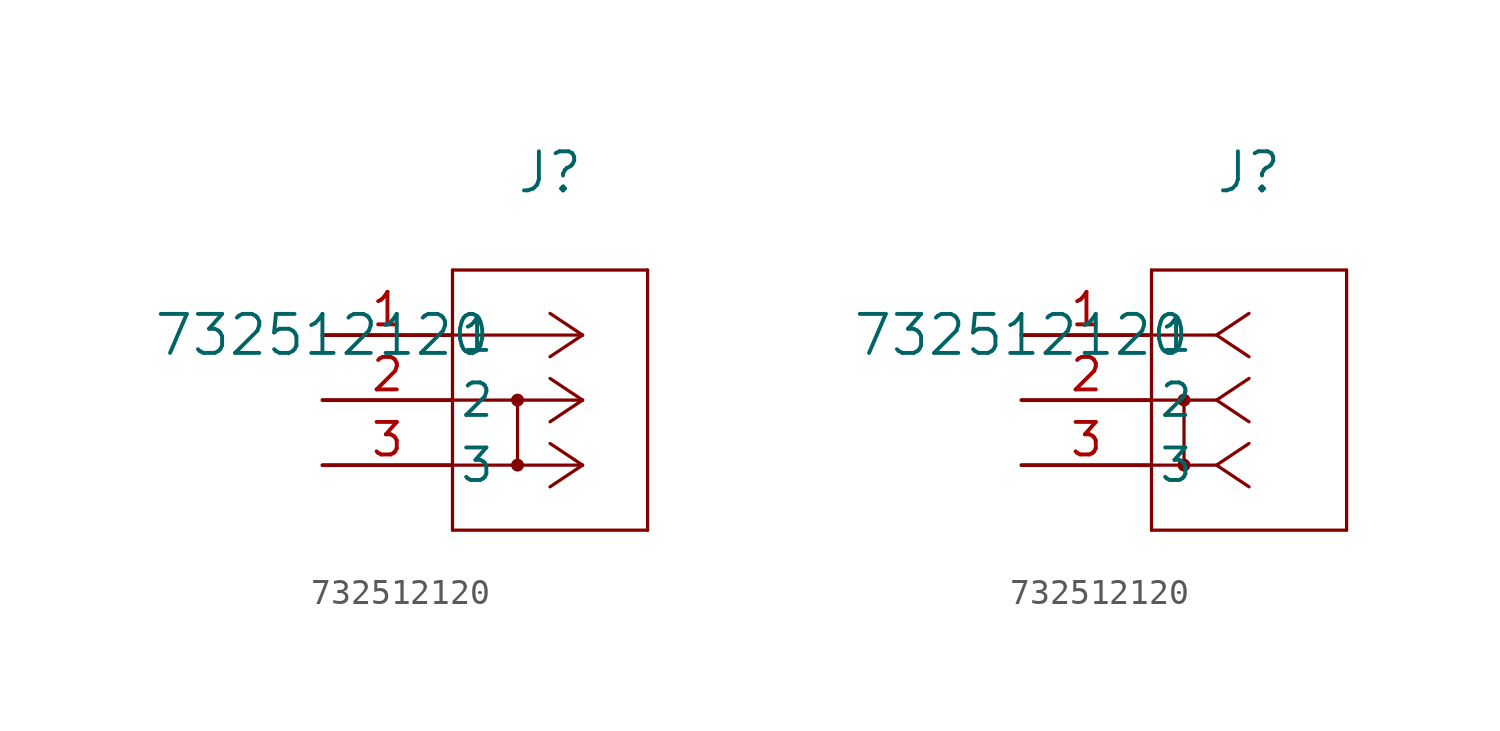
<source format=kicad_sym>
(kicad_symbol_lib
  (version 20211014)
  (generator kicad_symbol_editor)
  (symbol "732512120"
    (pin_names
      (offset 0.254))
    (property "Reference" "J"
      (at 8.89 6.35 0)
      (effects (font (size 1.524 1.524))))
    (property "Value" "732512120"
      (at 0 0 0)
      (effects (font (size 1.524 1.524))))
    (symbol "732512120_1_1"
      (polyline (pts (xy 10.16 0) (xy 5.08 0)) (stroke (width 0.127) (type default) (color 0 0 0 0)) (fill (type none)))
      (polyline (pts (xy 10.16 -2.54) (xy 5.08 -2.54)) (stroke (width 0.127) (type default) (color 0 0 0 0)) (fill (type none)))
      (polyline (pts (xy 10.16 -5.08) (xy 5.08 -5.08)) (stroke (width 0.127) (type default) (color 0 0 0 0)) (fill (type none)))
      (polyline (pts (xy 10.16 0) (xy 8.89 0.847)) (stroke (width 0.127) (type default) (color 0 0 0 0)) (fill (type none)))
      (polyline (pts (xy 10.16 -2.54) (xy 8.89 -1.693)) (stroke (width 0.127) (type default) (color 0 0 0 0)) (fill (type none)))
      (polyline (pts (xy 10.16 -5.08) (xy 8.89 -4.233)) (stroke (width 0.127) (type default) (color 0 0 0 0)) (fill (type none)))
      (polyline (pts (xy 10.16 0) (xy 8.89 -0.847)) (stroke (width 0.127) (type default) (color 0 0 0 0)) (fill (type none)))
      (polyline (pts (xy 10.16 -2.54) (xy 8.89 -3.387)) (stroke (width 0.127) (type default) (color 0 0 0 0)) (fill (type none)))
      (polyline (pts (xy 10.16 -5.08) (xy 8.89 -5.927)) (stroke (width 0.127) (type default) (color 0 0 0 0)) (fill (type none)))
      (polyline (pts (xy 5.08 2.54) (xy 5.08 -7.62)) (stroke (width 0.127) (type default) (color 0 0 0 0)) (fill (type none)))
      (polyline (pts (xy 5.08 -7.62) (xy 12.7 -7.62)) (stroke (width 0.127) (type default) (color 0 0 0 0)) (fill (type none)))
      (polyline (pts (xy 12.7 -7.62) (xy 12.7 2.54)) (stroke (width 0.127) (type default) (color 0 0 0 0)) (fill (type none)))
      (polyline (pts (xy 12.7 2.54) (xy 5.08 2.54)) (stroke (width 0.127) (type default) (color 0 0 0 0)) (fill (type none)))
      (polyline (pts (xy 7.62 -2.54) (xy 7.62 -5.08)) (stroke (width 0.127) (type default) (color 0 0 0 0)) (fill (type none)))
      (circle (center 7.62 -2.54) (radius 0.127) (stroke (width 0.254) (type default) (color 0 0 0 0)) (fill (type none)))
      (circle (center 7.62 -5.08) (radius 0.127) (stroke (width 0.254) (type default) (color 0 0 0 0)) (fill (type none)))
      (pin unspecified line (at 0 0 0) (length 5.08) (name "1" (effects (font (size 1.27 1.27)))) (number "1" (effects (font (size 1.27 1.27)))))
      (pin unspecified line (at 0 -2.54 0) (length 5.08) (name "2" (effects (font (size 1.27 1.27)))) (number "2" (effects (font (size 1.27 1.27)))))
      (pin unspecified line (at 0 -5.08 0) (length 5.08) (name "3" (effects (font (size 1.27 1.27)))) (number "3" (effects (font (size 1.27 1.27))))))
    (symbol "732512120_1_2"
      (polyline (pts (xy 7.62 0) (xy 5.08 0)) (stroke (width 0.127) (type default) (color 0 0 0 0)) (fill (type none)))
      (polyline (pts (xy 7.62 -2.54) (xy 5.08 -2.54)) (stroke (width 0.127) (type default) (color 0 0 0 0)) (fill (type none)))
      (polyline (pts (xy 7.62 -5.08) (xy 5.08 -5.08)) (stroke (width 0.127) (type default) (color 0 0 0 0)) (fill (type none)))
      (polyline (pts (xy 7.62 0) (xy 8.89 0.847)) (stroke (width 0.127) (type default) (color 0 0 0 0)) (fill (type none)))
      (polyline (pts (xy 7.62 -2.54) (xy 8.89 -1.693)) (stroke (width 0.127) (type default) (color 0 0 0 0)) (fill (type none)))
      (polyline (pts (xy 7.62 -5.08) (xy 8.89 -4.233)) (stroke (width 0.127) (type default) (color 0 0 0 0)) (fill (type none)))
      (polyline (pts (xy 7.62 0) (xy 8.89 -0.847)) (stroke (width 0.127) (type default) (color 0 0 0 0)) (fill (type none)))
      (polyline (pts (xy 7.62 -2.54) (xy 8.89 -3.387)) (stroke (width 0.127) (type default) (color 0 0 0 0)) (fill (type none)))
      (polyline (pts (xy 7.62 -5.08) (xy 8.89 -5.927)) (stroke (width 0.127) (type default) (color 0 0 0 0)) (fill (type none)))
      (polyline (pts (xy 5.08 2.54) (xy 5.08 -7.62)) (stroke (width 0.127) (type default) (color 0 0 0 0)) (fill (type none)))
      (polyline (pts (xy 5.08 -7.62) (xy 12.7 -7.62)) (stroke (width 0.127) (type default) (color 0 0 0 0)) (fill (type none)))
      (polyline (pts (xy 12.7 -7.62) (xy 12.7 2.54)) (stroke (width 0.127) (type default) (color 0 0 0 0)) (fill (type none)))
      (polyline (pts (xy 12.7 2.54) (xy 5.08 2.54)) (stroke (width 0.127) (type default) (color 0 0 0 0)) (fill (type none)))
      (polyline (pts (xy 6.35 -2.54) (xy 6.35 -5.08)) (stroke (width 0.127) (type default) (color 0 0 0 0)) (fill (type none)))
      (circle (center 6.35 -2.54) (radius 0.127) (stroke (width 0.254) (type default) (color 0 0 0 0)) (fill (type none)))
      (circle (center 6.35 -5.08) (radius 0.127) (stroke (width 0.254) (type default) (color 0 0 0 0)) (fill (type none)))
      (pin unspecified line (at 0 0 0) (length 5.08) (name "1" (effects (font (size 1.27 1.27)))) (number "1" (effects (font (size 1.27 1.27)))))
      (pin unspecified line (at 0 -2.54 0) (length 5.08) (name "2" (effects (font (size 1.27 1.27)))) (number "2" (effects (font (size 1.27 1.27)))))
      (pin unspecified line (at 0 -5.08 0) (length 5.08) (name "3" (effects (font (size 1.27 1.27)))) (number "3" (effects (font (size 1.27 1.27))))))))
</source>
